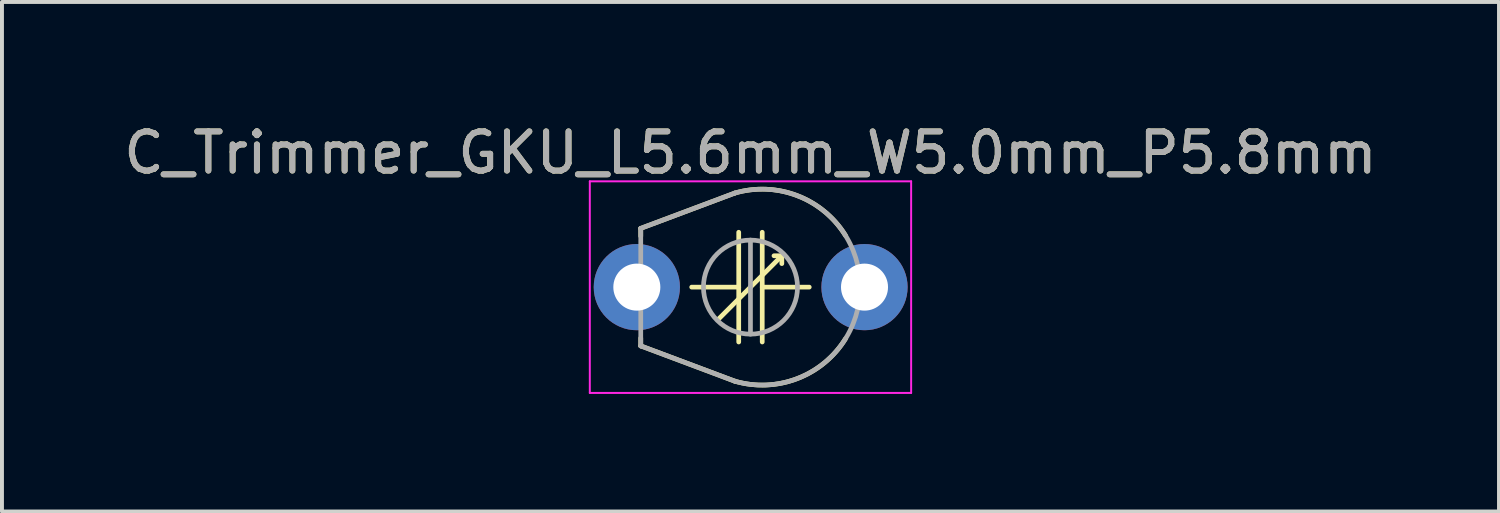
<source format=kicad_pcb>
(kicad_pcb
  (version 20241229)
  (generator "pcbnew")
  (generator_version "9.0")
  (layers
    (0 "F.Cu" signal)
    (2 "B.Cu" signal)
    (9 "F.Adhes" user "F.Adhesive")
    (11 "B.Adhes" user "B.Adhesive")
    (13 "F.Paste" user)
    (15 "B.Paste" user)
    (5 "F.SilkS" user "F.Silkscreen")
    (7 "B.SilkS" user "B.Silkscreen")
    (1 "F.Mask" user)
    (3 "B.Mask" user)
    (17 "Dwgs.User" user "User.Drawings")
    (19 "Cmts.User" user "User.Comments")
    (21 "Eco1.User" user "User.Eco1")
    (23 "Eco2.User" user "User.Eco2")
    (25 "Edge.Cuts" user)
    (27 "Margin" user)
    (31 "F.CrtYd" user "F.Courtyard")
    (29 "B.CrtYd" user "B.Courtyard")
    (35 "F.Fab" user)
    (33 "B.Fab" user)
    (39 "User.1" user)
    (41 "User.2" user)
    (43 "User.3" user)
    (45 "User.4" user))
  (footprint "C_Trimmer_GKU_L5.6mm_W5.0mm_P5.8mm"
    (layer "F.Cu")
    (at 13.201 4.277)
    (property "Reference" "C_Trimmer_GKU_L5.6mm_W5.0mm_P5.8mm" (at 2.9 -3.429 0) (layer "F.SilkS") (effects (font (size 1 1) (thickness 0.15))))
    (attr through_hole)
    (fp_line (start 0.1 -1.5) (end 2.5 -2.4) (stroke (width 0.12) (type solid)) (layer "F.SilkS"))
    (fp_line (start 0.1 -1.3) (end 0.1 -1.5) (stroke (width 0.12) (type solid)) (layer "F.SilkS"))
    (fp_line (start 0.1 1.5) (end 0.1 1.3) (stroke (width 0.12) (type solid)) (layer "F.SilkS"))
    (fp_line (start 0.1 1.5) (end 2.5 2.4) (stroke (width 0.12) (type solid)) (layer "F.SilkS"))
    (fp_line (start 1.4 0) (end 2.6 0) (stroke (width 0.12) (type solid)) (layer "F.SilkS"))
    (fp_line (start 2.6 0) (end 2.6 -1.4) (stroke (width 0.12) (type solid)) (layer "F.SilkS"))
    (fp_line (start 2.6 0) (end 2.6 1.4) (stroke (width 0.12) (type solid)) (layer "F.SilkS"))
    (fp_line (start 2.9 0) (end 2.1 0.8) (stroke (width 0.12) (type solid)) (layer "F.SilkS"))
    (fp_line (start 2.9 0) (end 3.7 -0.8) (stroke (width 0.12) (type solid)) (layer "F.SilkS"))
    (fp_line (start 3.2 0) (end 4.4 0) (stroke (width 0.12) (type solid)) (layer "F.SilkS"))
    (fp_line (start 3.2 1.4) (end 3.2 -1.4) (stroke (width 0.12) (type solid)) (layer "F.SilkS"))
    (fp_line (start 3.7 -0.8) (end 3.5 -0.8) (stroke (width 0.12) (type solid)) (layer "F.SilkS"))
    (fp_line (start 3.7 -0.8) (end 3.7 -0.6) (stroke (width 0.12) (type solid)) (layer "F.SilkS"))
    (fp_arc (start 2.5 -2.4) (mid 4.095504 -2.334111) (end 5.325646 -1.315913) (stroke (width 0.12) (type solid)) (layer "F.SilkS"))
    (fp_arc (start 5.325663 1.315887) (mid 4.095519 2.334105) (end 2.5 2.4) (stroke (width 0.12) (type solid)) (layer "F.SilkS"))
    (fp_line (start -1.2 -2.7) (end -1.2 2.7) (stroke (width 0.05) (type solid)) (layer "F.CrtYd"))
    (fp_line (start -1.2 2.7) (end 7 2.7) (stroke (width 0.05) (type solid)) (layer "F.CrtYd"))
    (fp_line (start 7 -2.7) (end -1.2 -2.7) (stroke (width 0.05) (type solid)) (layer "F.CrtYd"))
    (fp_line (start 7 2.7) (end 7 -2.7) (stroke (width 0.05) (type solid)) (layer "F.CrtYd"))
    (fp_line (start 0.1 -1.5) (end 2.5 -2.4) (stroke (width 0.12) (type solid)) (layer "F.Fab"))
    (fp_line (start 0.1 0) (end 0.1 -1.5) (stroke (width 0.12) (type solid)) (layer "F.Fab"))
    (fp_line (start 0.1 0) (end 0.1 1.5) (stroke (width 0.12) (type solid)) (layer "F.Fab"))
    (fp_line (start 0.1 1.5) (end 2.5 2.4) (stroke (width 0.12) (type solid)) (layer "F.Fab"))
    (fp_line (start 2.9 -1.2) (end 2.9 1.2) (stroke (width 0.12) (type solid)) (layer "F.Fab"))
    (fp_arc (start 2.5 -2.4) (mid 5.7 0) (end 2.5 2.4) (stroke (width 0.12) (type solid)) (layer "F.Fab"))
    (fp_circle (center 2.9 0) (end 1.7 0) (stroke (width 0.12) (type solid)) (fill no) (layer "F.Fab"))
    (fp_text user "${REFERENCE}" (at 2.9 -3.429 0) (layer "F.Fab") (effects (font (size 1 1) (thickness 0.15))))
    (pad "1" thru_hole circle (at 0 0 180) (size 2.2 2.2) (drill 1.2) (layers "*.Cu" "*.Mask"))
    (pad "2" thru_hole circle (at 5.81 0 180) (size 2.2 2.2) (drill 1.2) (layers "*.Cu" "*.Mask")))
  (gr_rect
    (start -3 -3)
    (end 35.202 10.002)
    (stroke (width 0.1) (type default))
    (fill no)
    (layer "Edge.Cuts")))
</source>
